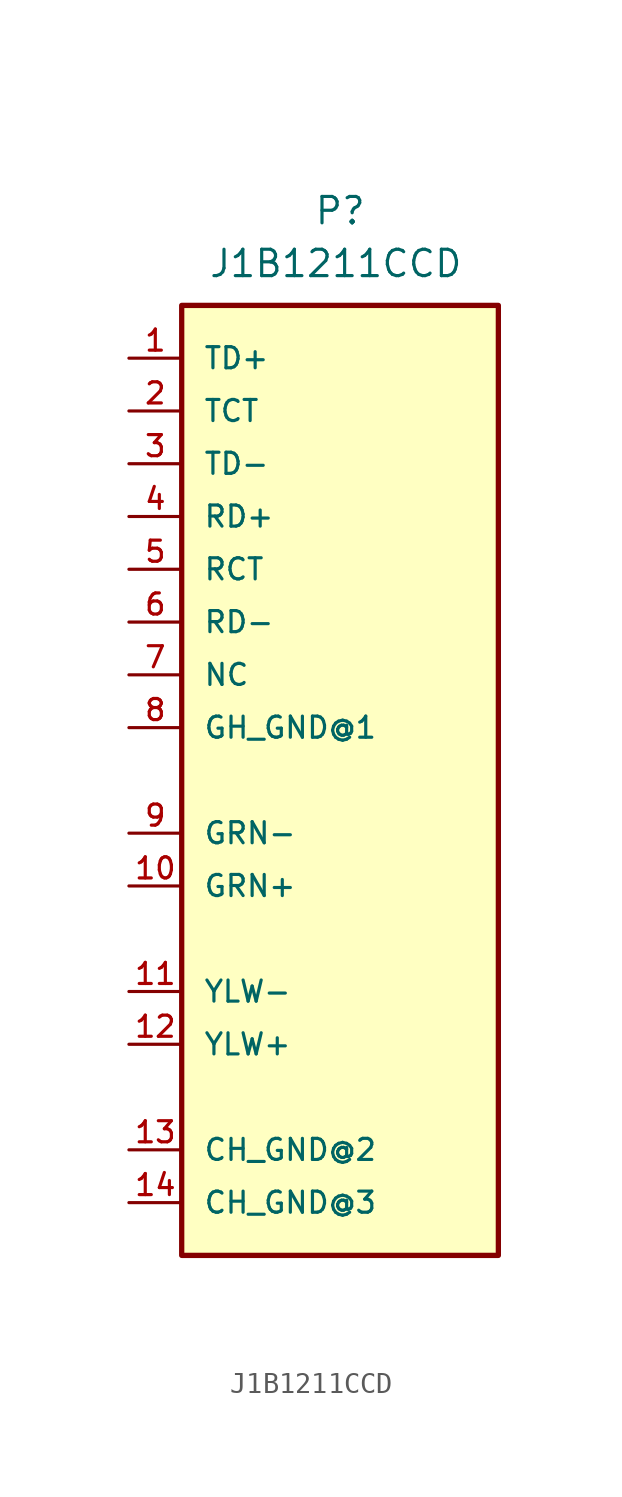
<source format=kicad_sym>
(kicad_symbol_lib
  (version 20220328)
  (generator kicad_symbol_editor)
  (symbol "J1B1211CCD"
    (pin_names
      (offset 1.016))
    (property "Reference" "P"
      (at -1.27 26.67 0)
      (effects (font (size 1.27 1.27)) (justify left bottom)))
    (property "Value" "J1B1211CCD"
      (at -6.35 24.13 0)
      (effects (font (size 1.27 1.27)) (justify left bottom)))
    (symbol "J1B1211CCD_0_0"
      (rectangle (start -7.62 -22.86) (end 7.62 22.86) (stroke (width 0.254) (type solid)) (fill (type background)))
      (pin passive line (at -10.16 20.32 0) (length 2.54) (name "TD+" (effects (font (size 1.016 1.016)))) (number "1" (effects (font (size 1.016 1.016)))))
      (pin passive line (at -10.16 -5.08 0) (length 2.54) (name "GRN+" (effects (font (size 1.016 1.016)))) (number "10" (effects (font (size 1.016 1.016)))))
      (pin passive line (at -10.16 -10.16 0) (length 2.54) (name "YLW-" (effects (font (size 1.016 1.016)))) (number "11" (effects (font (size 1.016 1.016)))))
      (pin passive line (at -10.16 -12.7 0) (length 2.54) (name "YLW+" (effects (font (size 1.016 1.016)))) (number "12" (effects (font (size 1.016 1.016)))))
      (pin passive line (at -10.16 -17.78 0) (length 2.54) (name "CH_GND@2" (effects (font (size 1.016 1.016)))) (number "13" (effects (font (size 1.016 1.016)))))
      (pin passive line (at -10.16 -20.32 0) (length 2.54) (name "CH_GND@3" (effects (font (size 1.016 1.016)))) (number "14" (effects (font (size 1.016 1.016)))))
      (pin passive line (at -10.16 17.78 0) (length 2.54) (name "TCT" (effects (font (size 1.016 1.016)))) (number "2" (effects (font (size 1.016 1.016)))))
      (pin passive line (at -10.16 15.24 0) (length 2.54) (name "TD-" (effects (font (size 1.016 1.016)))) (number "3" (effects (font (size 1.016 1.016)))))
      (pin passive line (at -10.16 12.7 0) (length 2.54) (name "RD+" (effects (font (size 1.016 1.016)))) (number "4" (effects (font (size 1.016 1.016)))))
      (pin passive line (at -10.16 10.16 0) (length 2.54) (name "RCT" (effects (font (size 1.016 1.016)))) (number "5" (effects (font (size 1.016 1.016)))))
      (pin passive line (at -10.16 7.62 0) (length 2.54) (name "RD-" (effects (font (size 1.016 1.016)))) (number "6" (effects (font (size 1.016 1.016)))))
      (pin passive line (at -10.16 5.08 0) (length 2.54) (name "NC" (effects (font (size 1.016 1.016)))) (number "7" (effects (font (size 1.016 1.016)))))
      (pin passive line (at -10.16 2.54 0) (length 2.54) (name "GH_GND@1" (effects (font (size 1.016 1.016)))) (number "8" (effects (font (size 1.016 1.016)))))
      (pin passive line (at -10.16 -2.54 0) (length 2.54) (name "GRN-" (effects (font (size 1.016 1.016)))) (number "9" (effects (font (size 1.016 1.016))))))))
</source>
